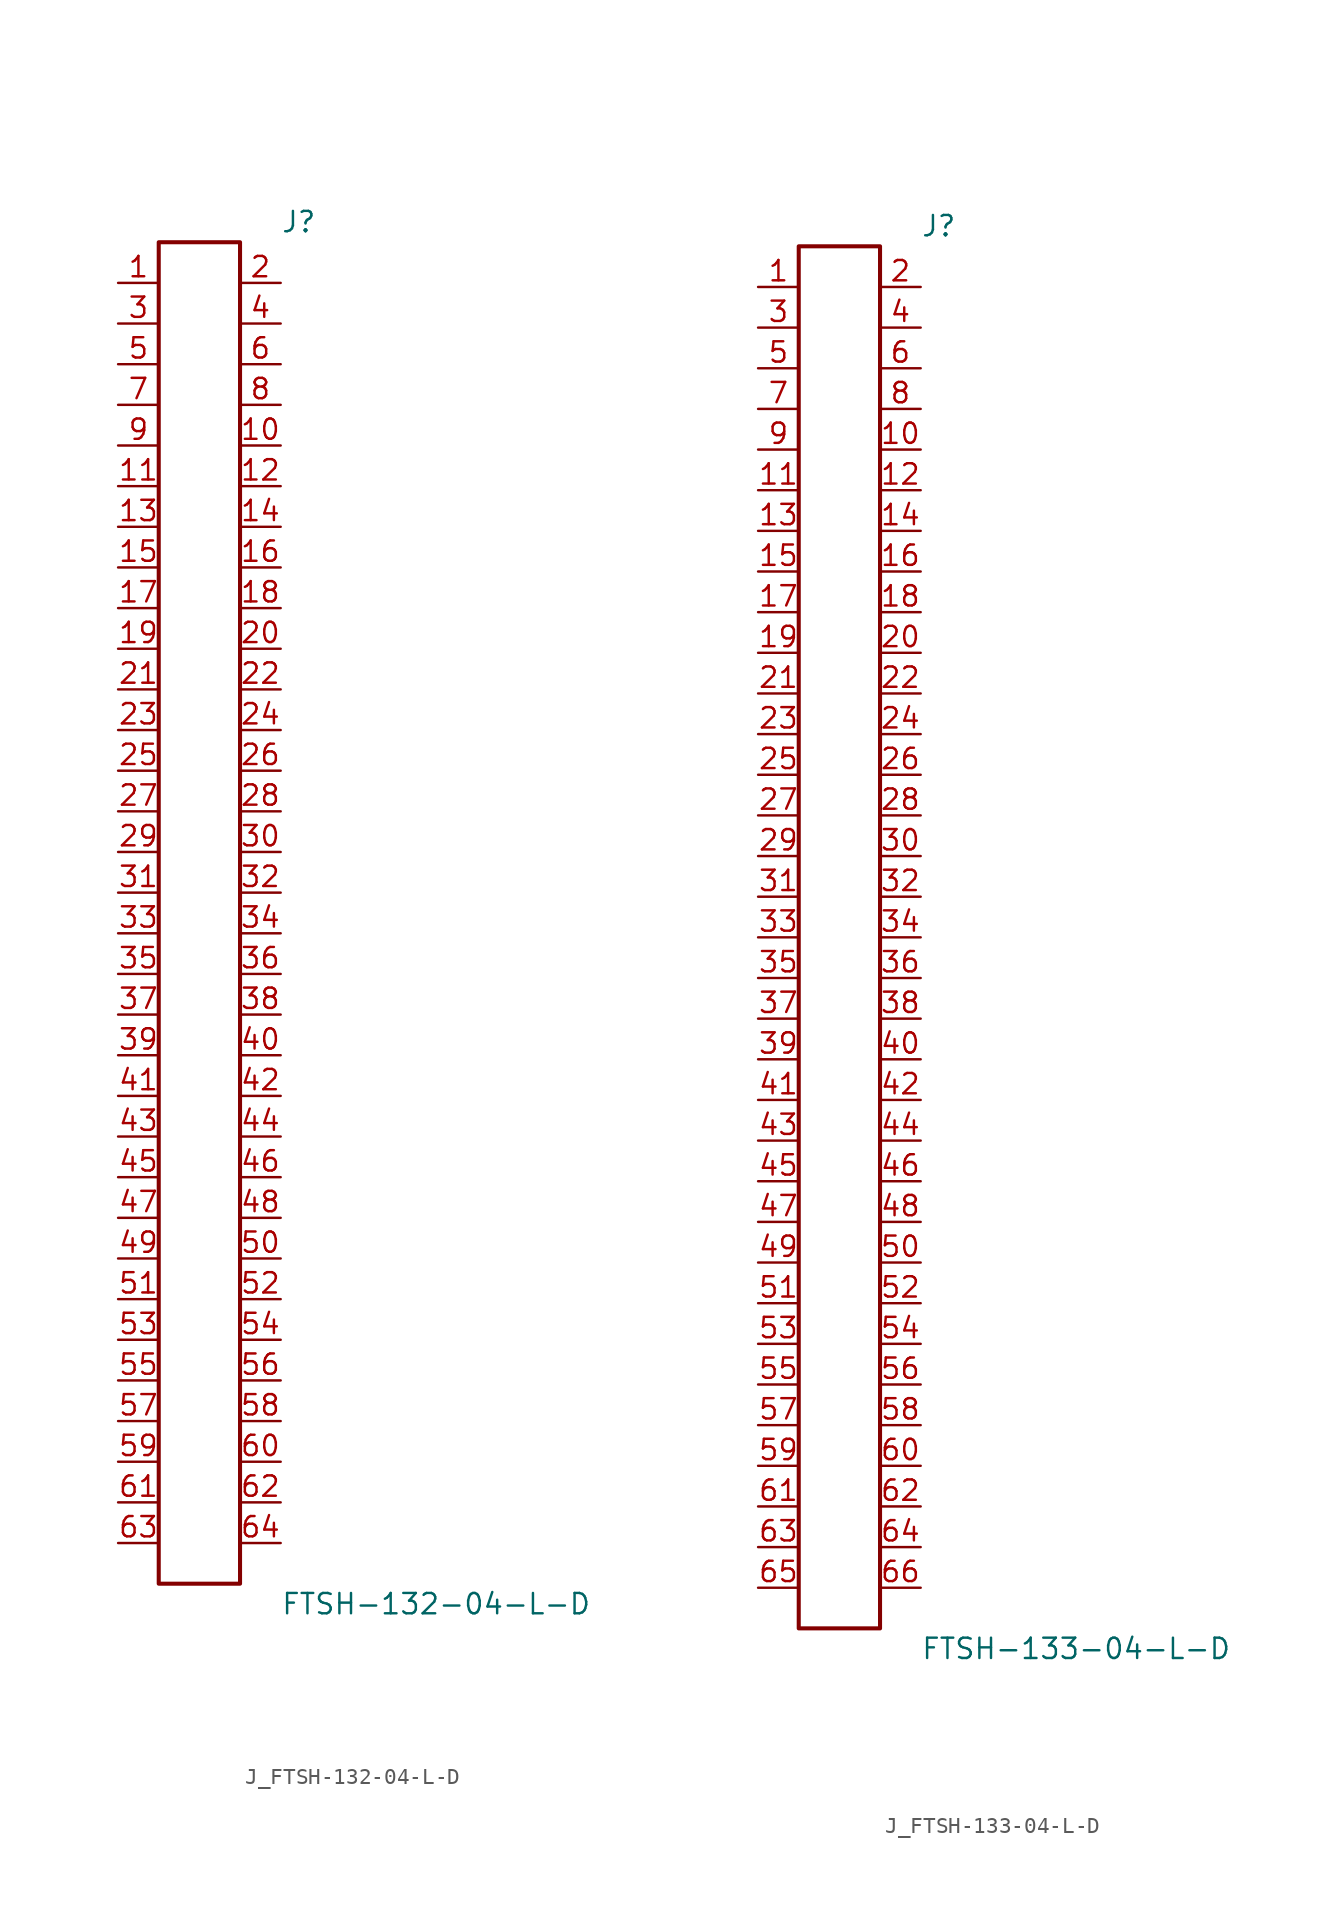
<source format=kicad_sym>
(kicad_symbol_lib
  (version 20231120)
  (generator kicad_symbol_editor)
  (generator_version 8.0)
  (symbol "J_FTSH-132-04-L-D"
    (pin_names
      (offset 0.254))
    (property "Reference" "J"
      (at 5.08 43.18 0)
      (effects (font (size 1.27 1.27)) (justify left)))
    (property "Value" "FTSH-132-04-L-D"
      (at 5.08 -43.18 0)
      (effects (font (size 1.27 1.27)) (justify left)))
    (symbol "J_FTSH-132-04-L-D_0_0"
      (pin passive line (at -5.08 39.37 0) (length 2.54) (name "" (effects (font (size 1.27 1.27)))) (number "1" (effects (font (size 1.27 1.27)))))
      (pin passive line (at 5.08 39.37 180) (length 2.54) (name "" (effects (font (size 1.27 1.27)))) (number "2" (effects (font (size 1.27 1.27)))))
      (pin passive line (at -5.08 36.83 0) (length 2.54) (name "" (effects (font (size 1.27 1.27)))) (number "3" (effects (font (size 1.27 1.27)))))
      (pin passive line (at 5.08 36.83 180) (length 2.54) (name "" (effects (font (size 1.27 1.27)))) (number "4" (effects (font (size 1.27 1.27)))))
      (pin passive line (at -5.08 34.29 0) (length 2.54) (name "" (effects (font (size 1.27 1.27)))) (number "5" (effects (font (size 1.27 1.27)))))
      (pin passive line (at 5.08 34.29 180) (length 2.54) (name "" (effects (font (size 1.27 1.27)))) (number "6" (effects (font (size 1.27 1.27)))))
      (pin passive line (at -5.08 31.75 0) (length 2.54) (name "" (effects (font (size 1.27 1.27)))) (number "7" (effects (font (size 1.27 1.27)))))
      (pin passive line (at 5.08 31.75 180) (length 2.54) (name "" (effects (font (size 1.27 1.27)))) (number "8" (effects (font (size 1.27 1.27)))))
      (pin passive line (at -5.08 29.21 0) (length 2.54) (name "" (effects (font (size 1.27 1.27)))) (number "9" (effects (font (size 1.27 1.27)))))
      (pin passive line (at 5.08 29.21 180) (length 2.54) (name "" (effects (font (size 1.27 1.27)))) (number "10" (effects (font (size 1.27 1.27)))))
      (pin passive line (at -5.08 26.67 0) (length 2.54) (name "" (effects (font (size 1.27 1.27)))) (number "11" (effects (font (size 1.27 1.27)))))
      (pin passive line (at 5.08 26.67 180) (length 2.54) (name "" (effects (font (size 1.27 1.27)))) (number "12" (effects (font (size 1.27 1.27)))))
      (pin passive line (at -5.08 24.13 0) (length 2.54) (name "" (effects (font (size 1.27 1.27)))) (number "13" (effects (font (size 1.27 1.27)))))
      (pin passive line (at 5.08 24.13 180) (length 2.54) (name "" (effects (font (size 1.27 1.27)))) (number "14" (effects (font (size 1.27 1.27)))))
      (pin passive line (at -5.08 21.59 0) (length 2.54) (name "" (effects (font (size 1.27 1.27)))) (number "15" (effects (font (size 1.27 1.27)))))
      (pin passive line (at 5.08 21.59 180) (length 2.54) (name "" (effects (font (size 1.27 1.27)))) (number "16" (effects (font (size 1.27 1.27)))))
      (pin passive line (at -5.08 19.05 0) (length 2.54) (name "" (effects (font (size 1.27 1.27)))) (number "17" (effects (font (size 1.27 1.27)))))
      (pin passive line (at 5.08 19.05 180) (length 2.54) (name "" (effects (font (size 1.27 1.27)))) (number "18" (effects (font (size 1.27 1.27)))))
      (pin passive line (at -5.08 16.51 0) (length 2.54) (name "" (effects (font (size 1.27 1.27)))) (number "19" (effects (font (size 1.27 1.27)))))
      (pin passive line (at 5.08 16.51 180) (length 2.54) (name "" (effects (font (size 1.27 1.27)))) (number "20" (effects (font (size 1.27 1.27)))))
      (pin passive line (at -5.08 13.97 0) (length 2.54) (name "" (effects (font (size 1.27 1.27)))) (number "21" (effects (font (size 1.27 1.27)))))
      (pin passive line (at 5.08 13.97 180) (length 2.54) (name "" (effects (font (size 1.27 1.27)))) (number "22" (effects (font (size 1.27 1.27)))))
      (pin passive line (at -5.08 11.43 0) (length 2.54) (name "" (effects (font (size 1.27 1.27)))) (number "23" (effects (font (size 1.27 1.27)))))
      (pin passive line (at 5.08 11.43 180) (length 2.54) (name "" (effects (font (size 1.27 1.27)))) (number "24" (effects (font (size 1.27 1.27)))))
      (pin passive line (at -5.08 8.89 0) (length 2.54) (name "" (effects (font (size 1.27 1.27)))) (number "25" (effects (font (size 1.27 1.27)))))
      (pin passive line (at 5.08 8.89 180) (length 2.54) (name "" (effects (font (size 1.27 1.27)))) (number "26" (effects (font (size 1.27 1.27)))))
      (pin passive line (at -5.08 6.35 0) (length 2.54) (name "" (effects (font (size 1.27 1.27)))) (number "27" (effects (font (size 1.27 1.27)))))
      (pin passive line (at 5.08 6.35 180) (length 2.54) (name "" (effects (font (size 1.27 1.27)))) (number "28" (effects (font (size 1.27 1.27)))))
      (pin passive line (at -5.08 3.81 0) (length 2.54) (name "" (effects (font (size 1.27 1.27)))) (number "29" (effects (font (size 1.27 1.27)))))
      (pin passive line (at 5.08 3.81 180) (length 2.54) (name "" (effects (font (size 1.27 1.27)))) (number "30" (effects (font (size 1.27 1.27)))))
      (pin passive line (at -5.08 1.27 0) (length 2.54) (name "" (effects (font (size 1.27 1.27)))) (number "31" (effects (font (size 1.27 1.27)))))
      (pin passive line (at 5.08 1.27 180) (length 2.54) (name "" (effects (font (size 1.27 1.27)))) (number "32" (effects (font (size 1.27 1.27)))))
      (pin passive line (at -5.08 -1.27 0) (length 2.54) (name "" (effects (font (size 1.27 1.27)))) (number "33" (effects (font (size 1.27 1.27)))))
      (pin passive line (at 5.08 -1.27 180) (length 2.54) (name "" (effects (font (size 1.27 1.27)))) (number "34" (effects (font (size 1.27 1.27)))))
      (pin passive line (at -5.08 -3.81 0) (length 2.54) (name "" (effects (font (size 1.27 1.27)))) (number "35" (effects (font (size 1.27 1.27)))))
      (pin passive line (at 5.08 -3.81 180) (length 2.54) (name "" (effects (font (size 1.27 1.27)))) (number "36" (effects (font (size 1.27 1.27)))))
      (pin passive line (at -5.08 -6.35 0) (length 2.54) (name "" (effects (font (size 1.27 1.27)))) (number "37" (effects (font (size 1.27 1.27)))))
      (pin passive line (at 5.08 -6.35 180) (length 2.54) (name "" (effects (font (size 1.27 1.27)))) (number "38" (effects (font (size 1.27 1.27)))))
      (pin passive line (at -5.08 -8.89 0) (length 2.54) (name "" (effects (font (size 1.27 1.27)))) (number "39" (effects (font (size 1.27 1.27)))))
      (pin passive line (at 5.08 -8.89 180) (length 2.54) (name "" (effects (font (size 1.27 1.27)))) (number "40" (effects (font (size 1.27 1.27)))))
      (pin passive line (at -5.08 -11.43 0) (length 2.54) (name "" (effects (font (size 1.27 1.27)))) (number "41" (effects (font (size 1.27 1.27)))))
      (pin passive line (at 5.08 -11.43 180) (length 2.54) (name "" (effects (font (size 1.27 1.27)))) (number "42" (effects (font (size 1.27 1.27)))))
      (pin passive line (at -5.08 -13.97 0) (length 2.54) (name "" (effects (font (size 1.27 1.27)))) (number "43" (effects (font (size 1.27 1.27)))))
      (pin passive line (at 5.08 -13.97 180) (length 2.54) (name "" (effects (font (size 1.27 1.27)))) (number "44" (effects (font (size 1.27 1.27)))))
      (pin passive line (at -5.08 -16.51 0) (length 2.54) (name "" (effects (font (size 1.27 1.27)))) (number "45" (effects (font (size 1.27 1.27)))))
      (pin passive line (at 5.08 -16.51 180) (length 2.54) (name "" (effects (font (size 1.27 1.27)))) (number "46" (effects (font (size 1.27 1.27)))))
      (pin passive line (at -5.08 -19.05 0) (length 2.54) (name "" (effects (font (size 1.27 1.27)))) (number "47" (effects (font (size 1.27 1.27)))))
      (pin passive line (at 5.08 -19.05 180) (length 2.54) (name "" (effects (font (size 1.27 1.27)))) (number "48" (effects (font (size 1.27 1.27)))))
      (pin passive line (at -5.08 -21.59 0) (length 2.54) (name "" (effects (font (size 1.27 1.27)))) (number "49" (effects (font (size 1.27 1.27)))))
      (pin passive line (at 5.08 -21.59 180) (length 2.54) (name "" (effects (font (size 1.27 1.27)))) (number "50" (effects (font (size 1.27 1.27)))))
      (pin passive line (at -5.08 -24.13 0) (length 2.54) (name "" (effects (font (size 1.27 1.27)))) (number "51" (effects (font (size 1.27 1.27)))))
      (pin passive line (at 5.08 -24.13 180) (length 2.54) (name "" (effects (font (size 1.27 1.27)))) (number "52" (effects (font (size 1.27 1.27)))))
      (pin passive line (at -5.08 -26.67 0) (length 2.54) (name "" (effects (font (size 1.27 1.27)))) (number "53" (effects (font (size 1.27 1.27)))))
      (pin passive line (at 5.08 -26.67 180) (length 2.54) (name "" (effects (font (size 1.27 1.27)))) (number "54" (effects (font (size 1.27 1.27)))))
      (pin passive line (at -5.08 -29.21 0) (length 2.54) (name "" (effects (font (size 1.27 1.27)))) (number "55" (effects (font (size 1.27 1.27)))))
      (pin passive line (at 5.08 -29.21 180) (length 2.54) (name "" (effects (font (size 1.27 1.27)))) (number "56" (effects (font (size 1.27 1.27)))))
      (pin passive line (at -5.08 -31.75 0) (length 2.54) (name "" (effects (font (size 1.27 1.27)))) (number "57" (effects (font (size 1.27 1.27)))))
      (pin passive line (at 5.08 -31.75 180) (length 2.54) (name "" (effects (font (size 1.27 1.27)))) (number "58" (effects (font (size 1.27 1.27)))))
      (pin passive line (at -5.08 -34.29 0) (length 2.54) (name "" (effects (font (size 1.27 1.27)))) (number "59" (effects (font (size 1.27 1.27)))))
      (pin passive line (at 5.08 -34.29 180) (length 2.54) (name "" (effects (font (size 1.27 1.27)))) (number "60" (effects (font (size 1.27 1.27)))))
      (pin passive line (at -5.08 -36.83 0) (length 2.54) (name "" (effects (font (size 1.27 1.27)))) (number "61" (effects (font (size 1.27 1.27)))))
      (pin passive line (at 5.08 -36.83 180) (length 2.54) (name "" (effects (font (size 1.27 1.27)))) (number "62" (effects (font (size 1.27 1.27)))))
      (pin passive line (at -5.08 -39.37 0) (length 2.54) (name "" (effects (font (size 1.27 1.27)))) (number "63" (effects (font (size 1.27 1.27)))))
      (pin passive line (at 5.08 -39.37 180) (length 2.54) (name "" (effects (font (size 1.27 1.27)))) (number "64" (effects (font (size 1.27 1.27))))))
    (symbol "J_FTSH-132-04-L-D_1_0"
      (rectangle (start -2.54 41.91) (end 2.54 -41.91) (stroke (width 0.254) (type solid)) (fill (type none)))))
  (symbol "J_FTSH-133-04-L-D"
    (pin_names
      (offset 0.254))
    (property "Reference" "J"
      (at 5.08 44.45 0)
      (effects (font (size 1.27 1.27)) (justify left)))
    (property "Value" "FTSH-133-04-L-D"
      (at 5.08 -44.45 0)
      (effects (font (size 1.27 1.27)) (justify left)))
    (symbol "J_FTSH-133-04-L-D_0_0"
      (pin passive line (at -5.08 40.64 0) (length 2.54) (name "" (effects (font (size 1.27 1.27)))) (number "1" (effects (font (size 1.27 1.27)))))
      (pin passive line (at 5.08 40.64 180) (length 2.54) (name "" (effects (font (size 1.27 1.27)))) (number "2" (effects (font (size 1.27 1.27)))))
      (pin passive line (at -5.08 38.1 0) (length 2.54) (name "" (effects (font (size 1.27 1.27)))) (number "3" (effects (font (size 1.27 1.27)))))
      (pin passive line (at 5.08 38.1 180) (length 2.54) (name "" (effects (font (size 1.27 1.27)))) (number "4" (effects (font (size 1.27 1.27)))))
      (pin passive line (at -5.08 35.56 0) (length 2.54) (name "" (effects (font (size 1.27 1.27)))) (number "5" (effects (font (size 1.27 1.27)))))
      (pin passive line (at 5.08 35.56 180) (length 2.54) (name "" (effects (font (size 1.27 1.27)))) (number "6" (effects (font (size 1.27 1.27)))))
      (pin passive line (at -5.08 33.02 0) (length 2.54) (name "" (effects (font (size 1.27 1.27)))) (number "7" (effects (font (size 1.27 1.27)))))
      (pin passive line (at 5.08 33.02 180) (length 2.54) (name "" (effects (font (size 1.27 1.27)))) (number "8" (effects (font (size 1.27 1.27)))))
      (pin passive line (at -5.08 30.48 0) (length 2.54) (name "" (effects (font (size 1.27 1.27)))) (number "9" (effects (font (size 1.27 1.27)))))
      (pin passive line (at 5.08 30.48 180) (length 2.54) (name "" (effects (font (size 1.27 1.27)))) (number "10" (effects (font (size 1.27 1.27)))))
      (pin passive line (at -5.08 27.94 0) (length 2.54) (name "" (effects (font (size 1.27 1.27)))) (number "11" (effects (font (size 1.27 1.27)))))
      (pin passive line (at 5.08 27.94 180) (length 2.54) (name "" (effects (font (size 1.27 1.27)))) (number "12" (effects (font (size 1.27 1.27)))))
      (pin passive line (at -5.08 25.4 0) (length 2.54) (name "" (effects (font (size 1.27 1.27)))) (number "13" (effects (font (size 1.27 1.27)))))
      (pin passive line (at 5.08 25.4 180) (length 2.54) (name "" (effects (font (size 1.27 1.27)))) (number "14" (effects (font (size 1.27 1.27)))))
      (pin passive line (at -5.08 22.86 0) (length 2.54) (name "" (effects (font (size 1.27 1.27)))) (number "15" (effects (font (size 1.27 1.27)))))
      (pin passive line (at 5.08 22.86 180) (length 2.54) (name "" (effects (font (size 1.27 1.27)))) (number "16" (effects (font (size 1.27 1.27)))))
      (pin passive line (at -5.08 20.32 0) (length 2.54) (name "" (effects (font (size 1.27 1.27)))) (number "17" (effects (font (size 1.27 1.27)))))
      (pin passive line (at 5.08 20.32 180) (length 2.54) (name "" (effects (font (size 1.27 1.27)))) (number "18" (effects (font (size 1.27 1.27)))))
      (pin passive line (at -5.08 17.78 0) (length 2.54) (name "" (effects (font (size 1.27 1.27)))) (number "19" (effects (font (size 1.27 1.27)))))
      (pin passive line (at 5.08 17.78 180) (length 2.54) (name "" (effects (font (size 1.27 1.27)))) (number "20" (effects (font (size 1.27 1.27)))))
      (pin passive line (at -5.08 15.24 0) (length 2.54) (name "" (effects (font (size 1.27 1.27)))) (number "21" (effects (font (size 1.27 1.27)))))
      (pin passive line (at 5.08 15.24 180) (length 2.54) (name "" (effects (font (size 1.27 1.27)))) (number "22" (effects (font (size 1.27 1.27)))))
      (pin passive line (at -5.08 12.7 0) (length 2.54) (name "" (effects (font (size 1.27 1.27)))) (number "23" (effects (font (size 1.27 1.27)))))
      (pin passive line (at 5.08 12.7 180) (length 2.54) (name "" (effects (font (size 1.27 1.27)))) (number "24" (effects (font (size 1.27 1.27)))))
      (pin passive line (at -5.08 10.16 0) (length 2.54) (name "" (effects (font (size 1.27 1.27)))) (number "25" (effects (font (size 1.27 1.27)))))
      (pin passive line (at 5.08 10.16 180) (length 2.54) (name "" (effects (font (size 1.27 1.27)))) (number "26" (effects (font (size 1.27 1.27)))))
      (pin passive line (at -5.08 7.62 0) (length 2.54) (name "" (effects (font (size 1.27 1.27)))) (number "27" (effects (font (size 1.27 1.27)))))
      (pin passive line (at 5.08 7.62 180) (length 2.54) (name "" (effects (font (size 1.27 1.27)))) (number "28" (effects (font (size 1.27 1.27)))))
      (pin passive line (at -5.08 5.08 0) (length 2.54) (name "" (effects (font (size 1.27 1.27)))) (number "29" (effects (font (size 1.27 1.27)))))
      (pin passive line (at 5.08 5.08 180) (length 2.54) (name "" (effects (font (size 1.27 1.27)))) (number "30" (effects (font (size 1.27 1.27)))))
      (pin passive line (at -5.08 2.54 0) (length 2.54) (name "" (effects (font (size 1.27 1.27)))) (number "31" (effects (font (size 1.27 1.27)))))
      (pin passive line (at 5.08 2.54 180) (length 2.54) (name "" (effects (font (size 1.27 1.27)))) (number "32" (effects (font (size 1.27 1.27)))))
      (pin passive line (at -5.08 0.0 0) (length 2.54) (name "" (effects (font (size 1.27 1.27)))) (number "33" (effects (font (size 1.27 1.27)))))
      (pin passive line (at 5.08 0.0 180) (length 2.54) (name "" (effects (font (size 1.27 1.27)))) (number "34" (effects (font (size 1.27 1.27)))))
      (pin passive line (at -5.08 -2.54 0) (length 2.54) (name "" (effects (font (size 1.27 1.27)))) (number "35" (effects (font (size 1.27 1.27)))))
      (pin passive line (at 5.08 -2.54 180) (length 2.54) (name "" (effects (font (size 1.27 1.27)))) (number "36" (effects (font (size 1.27 1.27)))))
      (pin passive line (at -5.08 -5.08 0) (length 2.54) (name "" (effects (font (size 1.27 1.27)))) (number "37" (effects (font (size 1.27 1.27)))))
      (pin passive line (at 5.08 -5.08 180) (length 2.54) (name "" (effects (font (size 1.27 1.27)))) (number "38" (effects (font (size 1.27 1.27)))))
      (pin passive line (at -5.08 -7.62 0) (length 2.54) (name "" (effects (font (size 1.27 1.27)))) (number "39" (effects (font (size 1.27 1.27)))))
      (pin passive line (at 5.08 -7.62 180) (length 2.54) (name "" (effects (font (size 1.27 1.27)))) (number "40" (effects (font (size 1.27 1.27)))))
      (pin passive line (at -5.08 -10.16 0) (length 2.54) (name "" (effects (font (size 1.27 1.27)))) (number "41" (effects (font (size 1.27 1.27)))))
      (pin passive line (at 5.08 -10.16 180) (length 2.54) (name "" (effects (font (size 1.27 1.27)))) (number "42" (effects (font (size 1.27 1.27)))))
      (pin passive line (at -5.08 -12.7 0) (length 2.54) (name "" (effects (font (size 1.27 1.27)))) (number "43" (effects (font (size 1.27 1.27)))))
      (pin passive line (at 5.08 -12.7 180) (length 2.54) (name "" (effects (font (size 1.27 1.27)))) (number "44" (effects (font (size 1.27 1.27)))))
      (pin passive line (at -5.08 -15.24 0) (length 2.54) (name "" (effects (font (size 1.27 1.27)))) (number "45" (effects (font (size 1.27 1.27)))))
      (pin passive line (at 5.08 -15.24 180) (length 2.54) (name "" (effects (font (size 1.27 1.27)))) (number "46" (effects (font (size 1.27 1.27)))))
      (pin passive line (at -5.08 -17.78 0) (length 2.54) (name "" (effects (font (size 1.27 1.27)))) (number "47" (effects (font (size 1.27 1.27)))))
      (pin passive line (at 5.08 -17.78 180) (length 2.54) (name "" (effects (font (size 1.27 1.27)))) (number "48" (effects (font (size 1.27 1.27)))))
      (pin passive line (at -5.08 -20.32 0) (length 2.54) (name "" (effects (font (size 1.27 1.27)))) (number "49" (effects (font (size 1.27 1.27)))))
      (pin passive line (at 5.08 -20.32 180) (length 2.54) (name "" (effects (font (size 1.27 1.27)))) (number "50" (effects (font (size 1.27 1.27)))))
      (pin passive line (at -5.08 -22.86 0) (length 2.54) (name "" (effects (font (size 1.27 1.27)))) (number "51" (effects (font (size 1.27 1.27)))))
      (pin passive line (at 5.08 -22.86 180) (length 2.54) (name "" (effects (font (size 1.27 1.27)))) (number "52" (effects (font (size 1.27 1.27)))))
      (pin passive line (at -5.08 -25.4 0) (length 2.54) (name "" (effects (font (size 1.27 1.27)))) (number "53" (effects (font (size 1.27 1.27)))))
      (pin passive line (at 5.08 -25.4 180) (length 2.54) (name "" (effects (font (size 1.27 1.27)))) (number "54" (effects (font (size 1.27 1.27)))))
      (pin passive line (at -5.08 -27.94 0) (length 2.54) (name "" (effects (font (size 1.27 1.27)))) (number "55" (effects (font (size 1.27 1.27)))))
      (pin passive line (at 5.08 -27.94 180) (length 2.54) (name "" (effects (font (size 1.27 1.27)))) (number "56" (effects (font (size 1.27 1.27)))))
      (pin passive line (at -5.08 -30.48 0) (length 2.54) (name "" (effects (font (size 1.27 1.27)))) (number "57" (effects (font (size 1.27 1.27)))))
      (pin passive line (at 5.08 -30.48 180) (length 2.54) (name "" (effects (font (size 1.27 1.27)))) (number "58" (effects (font (size 1.27 1.27)))))
      (pin passive line (at -5.08 -33.02 0) (length 2.54) (name "" (effects (font (size 1.27 1.27)))) (number "59" (effects (font (size 1.27 1.27)))))
      (pin passive line (at 5.08 -33.02 180) (length 2.54) (name "" (effects (font (size 1.27 1.27)))) (number "60" (effects (font (size 1.27 1.27)))))
      (pin passive line (at -5.08 -35.56 0) (length 2.54) (name "" (effects (font (size 1.27 1.27)))) (number "61" (effects (font (size 1.27 1.27)))))
      (pin passive line (at 5.08 -35.56 180) (length 2.54) (name "" (effects (font (size 1.27 1.27)))) (number "62" (effects (font (size 1.27 1.27)))))
      (pin passive line (at -5.08 -38.1 0) (length 2.54) (name "" (effects (font (size 1.27 1.27)))) (number "63" (effects (font (size 1.27 1.27)))))
      (pin passive line (at 5.08 -38.1 180) (length 2.54) (name "" (effects (font (size 1.27 1.27)))) (number "64" (effects (font (size 1.27 1.27)))))
      (pin passive line (at -5.08 -40.64 0) (length 2.54) (name "" (effects (font (size 1.27 1.27)))) (number "65" (effects (font (size 1.27 1.27)))))
      (pin passive line (at 5.08 -40.64 180) (length 2.54) (name "" (effects (font (size 1.27 1.27)))) (number "66" (effects (font (size 1.27 1.27))))))
    (symbol "J_FTSH-133-04-L-D_1_0"
      (rectangle (start -2.54 43.18) (end 2.54 -43.18) (stroke (width 0.254) (type solid)) (fill (type none))))))
</source>
